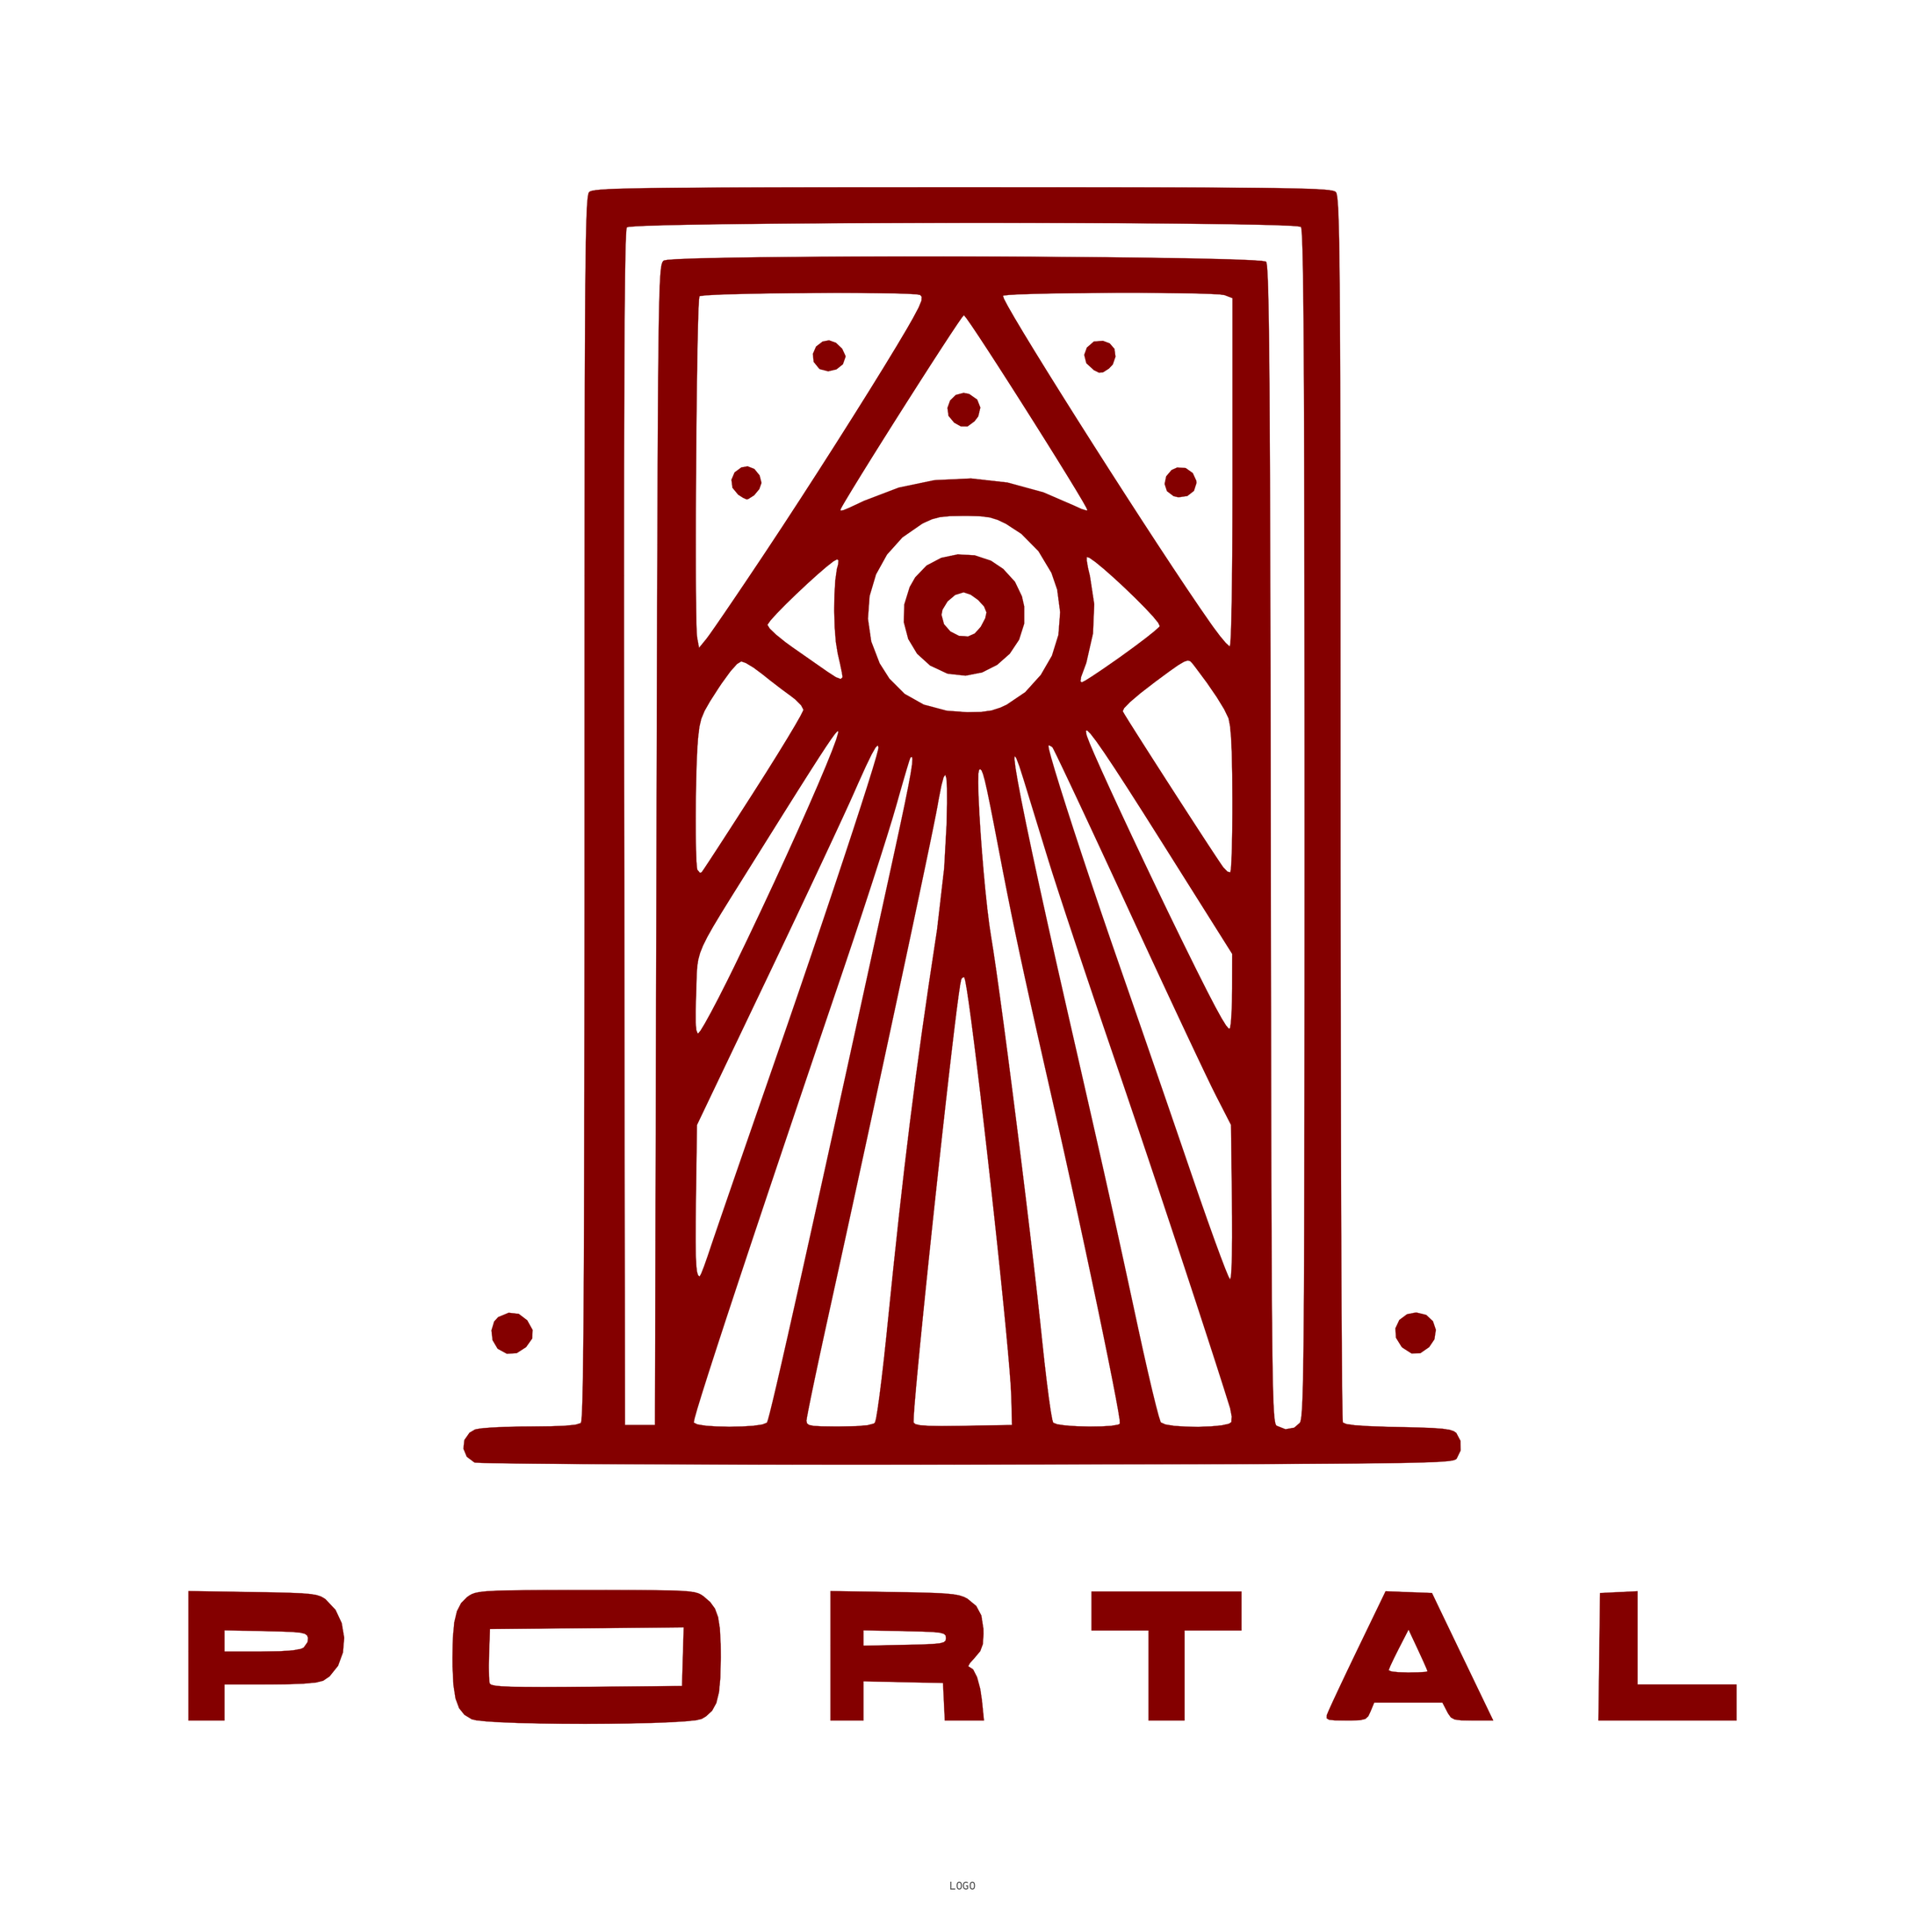
<source format=kicad_sym>
(kicad_symbol_lib
  (version 20231120)
  (generator "kicad_symbol_editor")
  (generator_version "8.0")
  (symbol "LOGO"
    (pin_names
      (offset 1.016))
    (property "Reference" "#G"
      (at 0 192.548 0)
      (effects (font (size 1.27 1.27)) (hide yes)))
    (symbol "LOGO_0_0"
      (polyline (pts (xy 92.299 -89.079) (xy 92.299 -86.932) (xy 86.396 -86.932) (xy 80.493 -86.932) (xy 80.493 -81.37) (xy 80.493 -75.808) (xy 78.257 -75.915) (xy 76.021 -76.021) (xy 75.925 -83.623) (xy 75.828 -91.225) (xy 84.063 -91.225) (xy 92.299 -91.225) (xy 92.299 -89.079)) (stroke (width 0.01) (type default)) (fill (type outline)))
      (polyline (pts (xy 1.431 63.679) (xy 1.88 64.27) (xy 2.128 65.317) (xy 1.755 66.266) (xy 0.797 66.936) (xy 0.135 67.069) (xy -0.799 66.824) (xy -1.474 66.165) (xy -1.795 65.273) (xy -1.667 64.331) (xy -0.994 63.52) (xy -0.2 63.078) (xy 0.603 63.071) (xy 1.431 63.679)) (stroke (width 0.01) (type default)) (fill (type outline)))
      (polyline (pts (xy 26.814 54.776) (xy 27.598 55.386) (xy 27.904 56.333) (xy 27.887 56.571) (xy 27.456 57.508) (xy 26.617 58.103) (xy 25.604 58.172) (xy 24.928 57.868) (xy 24.291 57.121) (xy 24.1 56.211) (xy 24.381 55.352) (xy 25.163 54.759) (xy 25.755 54.621) (xy 26.814 54.776)) (stroke (width 0.01) (type default)) (fill (type outline)))
      (polyline (pts (xy -25.544 54.414) (xy -24.842 54.863) (xy -24.23 55.6) (xy -23.969 56.34) (xy -24.195 57.229) (xy -24.82 57.998) (xy -25.628 58.313) (xy -26.375 58.179) (xy -27.176 57.587) (xy -27.551 56.712) (xy -27.432 55.758) (xy -26.751 54.934) (xy -26.167 54.561) (xy -25.758 54.377) (xy -25.544 54.414)) (stroke (width 0.01) (type default)) (fill (type outline)))
      (polyline (pts (xy -15.028 69.875) (xy -14.261 70.482) (xy -13.952 71.359) (xy -13.963 71.502) (xy -14.351 72.336) (xy -15.094 73.041) (xy -15.914 73.338) (xy -16.675 73.193) (xy -17.462 72.591) (xy -17.843 71.712) (xy -17.744 70.766) (xy -17.093 69.96) (xy -16.989 69.893) (xy -16.017 69.643) (xy -15.028 69.875)) (stroke (width 0.01) (type default)) (fill (type outline)))
      (polyline (pts (xy 16.76 69.522) (xy 17.45 69.96) (xy 17.921 70.455) (xy 18.241 71.384) (xy 18.121 72.313) (xy 17.553 72.968) (xy 16.753 73.272) (xy 15.666 73.195) (xy 14.829 72.468) (xy 14.515 71.6) (xy 14.764 70.61) (xy 15.656 69.787) (xy 15.671 69.778) (xy 16.287 69.473) (xy 16.76 69.522)) (stroke (width 0.01) (type default)) (fill (type outline)))
      (polyline (pts (xy 54.585 -47.435) (xy 55.646 -46.702) (xy 56.27 -45.777) (xy 56.444 -44.642) (xy 56.093 -43.611) (xy 55.286 -42.861) (xy 54.088 -42.572) (xy 53.009 -42.781) (xy 52.087 -43.467) (xy 51.621 -44.46) (xy 51.685 -45.584) (xy 52.354 -46.662) (xy 52.469 -46.774) (xy 53.542 -47.46) (xy 54.585 -47.435)) (stroke (width 0.01) (type default)) (fill (type outline)))
      (polyline (pts (xy -53.157 -47.425) (xy -52.036 -46.702) (xy -52.035 -46.702) (xy -51.307 -45.674) (xy -51.264 -44.653) (xy -51.899 -43.514) (xy -51.904 -43.508) (xy -52.912 -42.741) (xy -54.121 -42.608) (xy -55.371 -43.129) (xy -55.847 -43.653) (xy -56.167 -44.711) (xy -56.037 -45.873) (xy -55.451 -46.865) (xy -55.397 -46.917) (xy -54.329 -47.499) (xy -53.157 -47.425)) (stroke (width 0.01) (type default)) (fill (type outline)))
      (polyline (pts (xy 26.473 -85.859) (xy 26.473 -80.493) (xy 29.872 -80.493) (xy 33.27 -80.493) (xy 33.27 -78.168) (xy 33.27 -75.842) (xy 24.327 -75.842) (xy 15.383 -75.842) (xy 15.383 -78.168) (xy 15.383 -80.493) (xy 18.782 -80.493) (xy 22.18 -80.493) (xy 22.18 -85.859) (xy 22.18 -91.225) (xy 24.327 -91.225) (xy 26.473 -91.225) (xy 26.473 -85.859)) (stroke (width 0.01) (type default)) (fill (type outline)))
      (polyline (pts (xy 2.336 33.737) (xy 4.131 34.641) (xy 5.637 35.971) (xy 6.747 37.638) (xy 7.356 39.548) (xy 7.357 41.611) (xy 7.083 42.817) (xy 6.255 44.544) (xy 4.853 46.081) (xy 3.393 47.057) (xy 1.453 47.701) (xy -0.576 47.811) (xy -2.537 47.401) (xy -4.276 46.486) (xy -5.635 45.08) (xy -6.299 43.916) (xy -6.95 41.813) (xy -6.975 40.604) (xy -2.504 40.604) (xy -2.385 41.218) (xy -1.781 42.209) (xy -0.871 42.978) (xy 0.114 43.287) (xy 0.152 43.286) (xy 0.977 43.008) (xy 1.863 42.376) (xy 2.572 41.6) (xy 2.862 40.89) (xy 2.71 40.193) (xy 2.179 39.179) (xy 1.462 38.38) (xy 0.668 38.029) (xy -0.425 38.098) (xy -1.449 38.623) (xy -2.208 39.495) (xy -2.504 40.604) (xy -6.975 40.604) (xy -6.994 39.71) (xy -6.47 37.723) (xy -5.416 35.969) (xy -3.871 34.565) (xy -1.873 33.627) (xy -1.7 33.577) (xy 0.357 33.352) (xy 2.336 33.737)) (stroke (width 0.01) (type default)) (fill (type outline)))
      (polyline (pts (xy -88.006 -89.079) (xy -88.006 -86.932) (xy -82.55 -86.927) (xy -80.819 -86.912) (xy -78.593 -86.834) (xy -77.061 -86.69) (xy -76.234 -86.48) (xy -75.475 -85.969) (xy -74.457 -84.7) (xy -73.873 -83.109) (xy -73.726 -81.358) (xy -74.021 -79.608) (xy -74.763 -78.022) (xy -75.957 -76.762) (xy -76.088 -76.669) (xy -76.483 -76.444) (xy -76.984 -76.274) (xy -77.693 -76.15) (xy -78.71 -76.061) (xy -80.138 -75.997) (xy -82.078 -75.949) (xy -84.632 -75.906) (xy -92.299 -75.791) (xy -92.299 -82.997) (xy -88.006 -82.997) (xy -88.006 -81.735) (xy -88.006 -80.473) (xy -83.091 -80.572) (xy -81.304 -80.614) (xy -79.878 -80.671) (xy -78.952 -80.757) (xy -78.413 -80.889) (xy -78.148 -81.086) (xy -78.044 -81.364) (xy -78.091 -81.867) (xy -78.555 -82.526) (xy -78.882 -82.679) (xy -79.844 -82.859) (xy -81.398 -82.964) (xy -83.602 -82.997) (xy -88.006 -82.997) (xy -92.299 -82.997) (xy -92.299 -83.508) (xy -92.299 -91.225) (xy -90.152 -91.225) (xy -88.006 -91.225) (xy -88.006 -89.079)) (stroke (width 0.01) (type default)) (fill (type outline)))
      (polyline (pts (xy -11.806 -88.89) (xy -11.806 -86.554) (xy -7.065 -86.654) (xy -2.325 -86.754) (xy -2.219 -88.99) (xy -2.112 -91.225) (xy 0.225 -91.225) (xy 2.561 -91.225) (xy 2.317 -88.811) (xy 2.119 -87.463) (xy 1.74 -86.056) (xy 1.263 -85.124) (xy 0.735 -84.786) (xy 0.687 -84.748) (xy 0.888 -84.378) (xy 1.459 -83.74) (xy 2.119 -82.95) (xy 2.428 -82.111) (xy 2.504 -80.895) (xy 2.491 -80.277) (xy 2.248 -78.701) (xy 1.642 -77.568) (xy 0.596 -76.706) (xy 0.177 -76.488) (xy -0.367 -76.308) (xy -1.11 -76.173) (xy -2.155 -76.075) (xy -3.606 -76.004) (xy -5.566 -75.951) (xy -8.139 -75.906) (xy -15.741 -75.791) (xy -15.741 -82.302) (xy -11.806 -82.302) (xy -11.806 -81.387) (xy -11.806 -80.473) (xy -6.887 -80.572) (xy -6.755 -80.575) (xy -4.831 -80.621) (xy -3.505 -80.678) (xy -2.666 -80.765) (xy -2.204 -80.9) (xy -2.008 -81.101) (xy -1.968 -81.387) (xy -1.968 -81.406) (xy -2.014 -81.687) (xy -2.223 -81.885) (xy -2.703 -82.016) (xy -3.567 -82.101) (xy -4.924 -82.157) (xy -6.887 -82.202) (xy -11.806 -82.302) (xy -15.741 -82.302) (xy -15.741 -83.508) (xy -15.741 -91.225) (xy -13.773 -91.225) (xy -11.806 -91.225) (xy -11.806 -88.89)) (stroke (width 0.01) (type default)) (fill (type outline)))
      (polyline (pts (xy 60.233 -84.875) (xy 60.191 -84.787) (xy 59.207 -82.742) (xy 58.295 -80.843) (xy 57.513 -79.216) (xy 56.922 -77.985) (xy 56.581 -77.273) (xy 55.984 -76.021) (xy 53.216 -75.917) (xy 50.449 -75.812) (xy 47.066 -82.818) (xy 46.694 -83.591) (xy 45.908 -85.233) (xy 50.817 -85.233) (xy 50.819 -85.219) (xy 51.005 -84.745) (xy 51.431 -83.837) (xy 52.011 -82.677) (xy 53.188 -80.389) (xy 54.319 -82.806) (xy 54.411 -83.004) (xy 54.938 -84.152) (xy 55.31 -84.995) (xy 55.451 -85.363) (xy 55.147 -85.431) (xy 54.31 -85.482) (xy 53.125 -85.501) (xy 51.981 -85.466) (xy 51.134 -85.37) (xy 50.817 -85.233) (xy 45.908 -85.233) (xy 45.716 -85.635) (xy 44.855 -87.455) (xy 44.159 -88.946) (xy 43.678 -90.004) (xy 43.462 -90.524) (xy 43.431 -90.628) (xy 43.42 -90.954) (xy 43.705 -91.134) (xy 44.427 -91.21) (xy 45.724 -91.225) (xy 46.379 -91.224) (xy 47.433 -91.183) (xy 48.04 -91.036) (xy 48.385 -90.716) (xy 48.654 -90.152) (xy 49.098 -89.079) (xy 53.16 -89.079) (xy 57.221 -89.079) (xy 57.776 -90.152) (xy 57.907 -90.399) (xy 58.239 -90.864) (xy 58.704 -91.11) (xy 59.496 -91.208) (xy 60.81 -91.225) (xy 63.288 -91.225) (xy 60.233 -84.875)) (stroke (width 0.01) (type default)) (fill (type outline)))
      (polyline (pts (xy -42.178 -91.608) (xy -39.489 -91.572) (xy -37 -91.511) (xy -34.816 -91.428) (xy -33.038 -91.322) (xy -31.769 -91.193) (xy -31.112 -91.04) (xy -30.591 -90.734) (xy -29.861 -90.065) (xy -29.354 -89.143) (xy -29.036 -87.853) (xy -28.871 -86.081) (xy -28.822 -83.713) (xy -28.836 -82.122) (xy -28.93 -80.262) (xy -29.143 -78.894) (xy -29.515 -77.884) (xy -30.082 -77.101) (xy -30.882 -76.411) (xy -30.913 -76.388) (xy -31.2 -76.197) (xy -31.535 -76.043) (xy -31.993 -75.921) (xy -32.647 -75.829) (xy -33.572 -75.762) (xy -34.841 -75.716) (xy -36.53 -75.687) (xy -38.711 -75.671) (xy -41.46 -75.665) (xy -44.85 -75.663) (xy -46.788 -75.664) (xy -49.84 -75.669) (xy -52.291 -75.684) (xy -54.214 -75.71) (xy -55.684 -75.752) (xy -56.773 -75.813) (xy -57.556 -75.897) (xy -58.106 -76.006) (xy -58.498 -76.145) (xy -58.805 -76.317) (xy -59.08 -76.511) (xy -59.788 -77.226) (xy -60.285 -78.192) (xy -60.601 -79.522) (xy -60.768 -81.332) (xy -60.817 -83.737) (xy -60.809 -84.768) (xy -56.477 -84.768) (xy -56.45 -83.325) (xy -56.345 -80.314) (xy -44.795 -80.22) (xy -33.244 -80.125) (xy -33.347 -83.618) (xy -33.449 -87.111) (xy -44.817 -87.206) (xy -47.275 -87.224) (xy -50.039 -87.233) (xy -52.203 -87.224) (xy -53.834 -87.194) (xy -55 -87.141) (xy -55.766 -87.061) (xy -56.201 -86.955) (xy -56.37 -86.818) (xy -56.397 -86.709) (xy -56.458 -85.964) (xy -56.477 -84.768) (xy -60.809 -84.768) (xy -60.808 -84.798) (xy -60.704 -86.98) (xy -60.455 -88.596) (xy -60.029 -89.75) (xy -59.395 -90.542) (xy -58.52 -91.076) (xy -57.983 -91.201) (xy -56.768 -91.331) (xy -55.035 -91.437) (xy -52.885 -91.519) (xy -50.421 -91.577) (xy -47.747 -91.611) (xy -44.965 -91.622) (xy -42.178 -91.608)) (stroke (width 0.01) (type default)) (fill (type outline)))
      (polyline (pts (xy -6.29 -60.713) (xy 0.434 -60.706) (xy 2.33 -60.704) (xy 9.721 -60.695) (xy 16.436 -60.685) (xy 22.509 -60.675) (xy 27.971 -60.664) (xy 32.856 -60.651) (xy 37.195 -60.637) (xy 41.022 -60.62) (xy 44.368 -60.601) (xy 47.267 -60.579) (xy 49.75 -60.554) (xy 51.85 -60.525) (xy 53.6 -60.492) (xy 55.032 -60.455) (xy 56.178 -60.414) (xy 57.072 -60.367) (xy 57.745 -60.315) (xy 58.23 -60.257) (xy 58.559 -60.192) (xy 58.766 -60.122) (xy 58.881 -60.044) (xy 58.926 -59.998) (xy 59.399 -59.025) (xy 59.385 -57.892) (xy 58.882 -56.939) (xy 58.583 -56.728) (xy 58.071 -56.56) (xy 57.255 -56.437) (xy 56.033 -56.348) (xy 54.301 -56.283) (xy 51.957 -56.232) (xy 50.766 -56.207) (xy 48.444 -56.127) (xy 46.791 -56.018) (xy 45.772 -55.874) (xy 45.356 -55.695) (xy 45.341 -55.555) (xy 45.315 -54.767) (xy 45.289 -53.317) (xy 45.265 -51.238) (xy 45.241 -48.565) (xy 45.219 -45.331) (xy 45.198 -41.569) (xy 45.178 -37.314) (xy 45.159 -32.6) (xy 45.143 -27.461) (xy 45.128 -21.929) (xy 45.115 -16.04) (xy 45.103 -9.826) (xy 45.094 -3.322) (xy 45.088 3.438) (xy 45.083 10.421) (xy 45.082 17.593) (xy 45.081 19.075) (xy 45.08 27.504) (xy 45.078 35.251) (xy 45.075 42.345) (xy 45.071 48.814) (xy 45.065 54.687) (xy 45.057 59.992) (xy 45.047 64.758) (xy 45.035 69.013) (xy 45.021 72.787) (xy 45.004 76.108) (xy 44.984 79.004) (xy 44.962 81.504) (xy 44.935 83.636) (xy 44.906 85.43) (xy 44.872 86.914) (xy 44.834 88.117) (xy 44.793 89.066) (xy 44.747 89.791) (xy 44.696 90.321) (xy 44.641 90.683) (xy 44.58 90.907) (xy 44.514 91.021) (xy 44.503 91.031) (xy 44.355 91.114) (xy 44.083 91.189) (xy 43.65 91.255) (xy 43.019 91.313) (xy 42.154 91.364) (xy 41.017 91.409) (xy 39.571 91.447) (xy 37.78 91.479) (xy 35.606 91.506) (xy 33.012 91.528) (xy 29.962 91.545) (xy 26.418 91.559) (xy 22.344 91.569) (xy 17.701 91.576) (xy 12.455 91.58) (xy 6.567 91.582) (xy 0 91.583) (xy -0.822 91.583) (xy -7.306 91.582) (xy -13.115 91.58) (xy -18.288 91.575) (xy -22.86 91.568) (xy -26.869 91.557) (xy -30.352 91.543) (xy -33.346 91.525) (xy -35.887 91.503) (xy -38.014 91.475) (xy -39.762 91.442) (xy -41.168 91.404) (xy -42.271 91.359) (xy -43.106 91.306) (xy -43.711 91.247) (xy -44.123 91.18) (xy -44.378 91.105) (xy -44.514 91.021) (xy -44.526 91.008) (xy -44.591 90.877) (xy -44.65 90.631) (xy -44.705 90.243) (xy -44.755 89.682) (xy -44.8 88.921) (xy -44.841 87.93) (xy -44.878 86.682) (xy -44.91 85.147) (xy -44.939 83.298) (xy -44.965 81.105) (xy -44.987 78.54) (xy -45.006 75.573) (xy -45.022 72.178) (xy -45.036 68.325) (xy -45.047 63.984) (xy -45.056 59.129) (xy -45.063 53.73) (xy -45.068 47.758) (xy -45.07 45.252) (xy -40.358 45.252) (xy -40.356 51.793) (xy -40.35 57.707) (xy -40.34 63.013) (xy -40.327 67.731) (xy -40.31 71.879) (xy -40.289 75.475) (xy -40.264 78.539) (xy -40.235 81.09) (xy -40.201 83.147) (xy -40.164 84.728) (xy -40.122 85.852) (xy -40.075 86.538) (xy -40.025 86.805) (xy -39.822 86.857) (xy -38.959 86.929) (xy -37.473 86.995) (xy -35.421 87.056) (xy -32.858 87.111) (xy -29.84 87.16) (xy -26.422 87.203) (xy -22.66 87.24) (xy -18.61 87.272) (xy -14.327 87.297) (xy -9.868 87.316) (xy -5.288 87.33) (xy -0.642 87.337) (xy 4.013 87.338) (xy 8.622 87.333) (xy 13.129 87.322) (xy 17.479 87.305) (xy 21.616 87.281) (xy 25.484 87.251) (xy 29.028 87.215) (xy 32.191 87.172) (xy 34.918 87.123) (xy 37.154 87.067) (xy 38.842 87.005) (xy 39.927 86.936) (xy 40.354 86.861) (xy 40.402 86.686) (xy 40.452 86.189) (xy 40.497 85.348) (xy 40.538 84.141) (xy 40.576 82.544) (xy 40.61 80.535) (xy 40.641 78.089) (xy 40.668 75.184) (xy 40.691 71.797) (xy 40.712 67.903) (xy 40.73 63.481) (xy 40.745 58.506) (xy 40.757 52.955) (xy 40.767 46.805) (xy 40.774 40.033) (xy 40.779 32.615) (xy 40.782 24.528) (xy 40.783 15.749) (xy 40.783 9.987) (xy 40.782 2.033) (xy 40.78 -5.256) (xy 40.776 -11.906) (xy 40.771 -17.948) (xy 40.764 -23.41) (xy 40.756 -28.322) (xy 40.745 -32.712) (xy 40.731 -36.611) (xy 40.715 -40.046) (xy 40.695 -43.047) (xy 40.673 -45.643) (xy 40.647 -47.863) (xy 40.618 -49.736) (xy 40.585 -51.292) (xy 40.548 -52.559) (xy 40.506 -53.567) (xy 40.46 -54.344) (xy 40.409 -54.919) (xy 40.353 -55.323) (xy 40.293 -55.583) (xy 40.226 -55.729) (xy 39.555 -56.31) (xy 38.513 -56.495) (xy 37.453 -56.077) (xy 37.428 -56.054) (xy 37.357 -55.943) (xy 37.292 -55.74) (xy 37.233 -55.416) (xy 37.179 -54.941) (xy 37.13 -54.285) (xy 37.086 -53.418) (xy 37.045 -52.311) (xy 37.009 -50.935) (xy 36.977 -49.259) (xy 36.948 -47.254) (xy 36.922 -44.889) (xy 36.899 -42.136) (xy 36.878 -38.965) (xy 36.86 -35.345) (xy 36.844 -31.248) (xy 36.829 -26.643) (xy 36.816 -21.501) (xy 36.803 -15.792) (xy 36.792 -9.486) (xy 36.781 -2.554) (xy 36.77 5.034) (xy 36.759 13.308) (xy 36.747 21.633) (xy 36.735 29.455) (xy 36.721 36.615) (xy 36.707 43.138) (xy 36.691 49.051) (xy 36.673 54.382) (xy 36.654 59.155) (xy 36.632 63.399) (xy 36.609 67.14) (xy 36.583 70.403) (xy 36.554 73.217) (xy 36.523 75.607) (xy 36.488 77.6) (xy 36.45 79.223) (xy 36.409 80.502) (xy 36.364 81.463) (xy 36.315 82.134) (xy 36.261 82.541) (xy 36.204 82.711) (xy 36.188 82.722) (xy 35.669 82.809) (xy 34.501 82.889) (xy 32.743 82.964) (xy 30.454 83.032) (xy 27.693 83.093) (xy 24.52 83.148) (xy 20.994 83.196) (xy 17.173 83.237) (xy 13.118 83.27) (xy 8.888 83.297) (xy 4.541 83.317) (xy 0.137 83.329) (xy -4.265 83.333) (xy -8.606 83.33) (xy -12.826 83.319) (xy -16.866 83.3) (xy -20.667 83.273) (xy -24.17 83.238) (xy -27.316 83.195) (xy -30.045 83.144) (xy -32.298 83.084) (xy -34.016 83.015) (xy -35.14 82.938) (xy -35.61 82.852) (xy -35.672 82.802) (xy -35.751 82.707) (xy -35.823 82.556) (xy -35.889 82.317) (xy -35.949 81.962) (xy -36.004 81.459) (xy -36.054 80.779) (xy -36.099 79.893) (xy -36.139 78.77) (xy -36.176 77.381) (xy -36.209 75.695) (xy -36.239 73.683) (xy -36.267 71.314) (xy -36.291 68.559) (xy -36.314 65.387) (xy -36.335 61.77) (xy -36.355 57.676) (xy -36.374 53.076) (xy -36.389 48.963) (xy -31.797 48.963) (xy -31.793 52.058) (xy -31.78 55.301) (xy -31.761 58.613) (xy -31.736 61.915) (xy -31.704 65.13) (xy -31.667 68.178) (xy -31.625 70.982) (xy -31.579 73.463) (xy -31.529 75.542) (xy -31.476 77.141) (xy -31.421 78.182) (xy -31.363 78.585) (xy -31.257 78.622) (xy -30.545 78.701) (xy -29.26 78.771) (xy -27.501 78.832) (xy -25.366 78.883) (xy -22.953 78.925) (xy -20.362 78.956) (xy -17.692 78.975) (xy -15.04 78.983) (xy -12.505 78.978) (xy -10.186 78.96) (xy -8.183 78.928) (xy -6.592 78.882) (xy -5.514 78.821) (xy -5.047 78.745) (xy -4.962 78.642) (xy 4.826 78.642) (xy 4.899 78.671) (xy 5.552 78.748) (xy 6.787 78.814) (xy 8.507 78.871) (xy 10.613 78.917) (xy 13.006 78.952) (xy 15.588 78.976) (xy 18.261 78.988) (xy 20.926 78.989) (xy 23.485 78.977) (xy 25.84 78.953) (xy 27.892 78.916) (xy 29.542 78.866) (xy 30.693 78.803) (xy 31.246 78.726) (xy 32.197 78.364) (xy 32.197 57.606) (xy 32.196 55.728) (xy 32.186 51.687) (xy 32.166 48.033) (xy 32.136 44.811) (xy 32.097 42.07) (xy 32.051 39.856) (xy 31.997 38.216) (xy 31.937 37.198) (xy 31.871 36.848) (xy 31.819 36.865) (xy 31.391 37.26) (xy 30.711 38.069) (xy 29.9 39.152) (xy 29.48 39.746) (xy 28.209 41.583) (xy 26.727 43.773) (xy 25.072 46.258) (xy 23.281 48.977) (xy 21.392 51.872) (xy 19.443 54.883) (xy 17.471 57.95) (xy 15.515 61.014) (xy 13.611 64.016) (xy 11.799 66.896) (xy 10.115 69.594) (xy 8.597 72.052) (xy 7.283 74.209) (xy 6.212 76.005) (xy 5.42 77.383) (xy 4.946 78.281) (xy 4.826 78.642) (xy -4.962 78.642) (xy -4.868 78.526) (xy -4.895 78.059) (xy -5.229 77.25) (xy -5.91 75.968) (xy -6.626 74.715) (xy -7.843 72.666) (xy -9.354 70.182) (xy -11.105 67.352) (xy -13.039 64.266) (xy -15.098 61.012) (xy -17.228 57.681) (xy -19.371 54.362) (xy -20.13 53.199) (xy -14.533 53.199) (xy -14.334 53.572) (xy -13.985 54.17) (xy -13.154 55.551) (xy -12.096 57.277) (xy -10.86 59.269) (xy -9.496 61.446) (xy -8.056 63.731) (xy -6.589 66.043) (xy -5.147 68.303) (xy -3.78 70.432) (xy -2.538 72.35) (xy -1.473 73.978) (xy -0.634 75.237) (xy -0.072 76.048) (xy 0.163 76.33) (xy 0.171 76.327) (xy 0.459 75.978) (xy 1.066 75.111) (xy 1.94 73.806) (xy 3.031 72.143) (xy 4.288 70.202) (xy 5.662 68.063) (xy 7.101 65.805) (xy 8.555 63.508) (xy 9.973 61.253) (xy 11.305 59.119) (xy 12.5 57.186) (xy 13.507 55.534) (xy 14.277 54.242) (xy 14.758 53.39) (xy 14.899 53.059) (xy 14.784 53.044) (xy 14.184 53.227) (xy 13.288 53.636) (xy 9.652 55.207) (xy 5.355 56.381) (xy 1.009 56.867) (xy -3.33 56.666) (xy -7.603 55.775) (xy -11.753 54.193) (xy -12.261 53.952) (xy -13.494 53.377) (xy -14.216 53.076) (xy -14.528 53.025) (xy -14.533 53.199) (xy -20.13 53.199) (xy -21.47 51.144) (xy -23.47 48.117) (xy -24.111 47.155) (xy -25.651 44.855) (xy -27.079 42.737) (xy -28.339 40.884) (xy -29.362 39.394) (xy -23.253 39.394) (xy -23.24 39.447) (xy -22.886 39.947) (xy -22.127 40.785) (xy -21.076 41.856) (xy -19.846 43.054) (xy -18.55 44.272) (xy -17.3 45.403) (xy -16.209 46.343) (xy -15.389 46.985) (xy -14.952 47.222) (xy -14.79 47.109) (xy -14.835 46.596) (xy -14.975 46.096) (xy -15.162 44.764) (xy -15.269 43.03) (xy -15.296 41.091) (xy -15.27 40.142) (xy -11.276 40.142) (xy -11.079 42.84) (xy -10.313 45.425) (xy -9.002 47.791) (xy -7.167 49.836) (xy -4.83 51.454) (xy -4.576 51.586) (xy -3.622 52.012) (xy -2.67 52.259) (xy -1.483 52.375) (xy 0.179 52.403) (xy 0.631 52.402) (xy 2.158 52.357) (xy 3.267 52.214) (xy 4.197 51.928) (xy 5.187 51.454) (xy 7.023 50.257) (xy 9.058 48.193) (xy 10.604 45.613) (xy 11.291 43.613) (xy 11.647 40.916) (xy 11.438 38.216) (xy 10.664 35.732) (xy 9.34 33.444) (xy 8.641 32.67) (xy 14.07 32.67) (xy 14.137 33.181) (xy 14.763 34.875) (xy 15.561 38.386) (xy 15.708 41.876) (xy 15.196 45.231) (xy 14.968 46.197) (xy 14.815 47.087) (xy 14.823 47.497) (xy 15.123 47.411) (xy 15.835 46.912) (xy 16.843 46.083) (xy 18.046 45.02) (xy 19.338 43.824) (xy 20.617 42.591) (xy 21.779 41.42) (xy 22.719 40.41) (xy 23.334 39.658) (xy 23.522 39.262) (xy 23.429 39.14) (xy 22.855 38.627) (xy 21.851 37.827) (xy 20.522 36.824) (xy 18.976 35.7) (xy 18.189 35.143) (xy 16.714 34.12) (xy 15.488 33.299) (xy 14.621 32.753) (xy 14.222 32.555) (xy 14.07 32.67) (xy 8.641 32.67) (xy 7.475 31.379) (xy 5.273 29.892) (xy 4.499 29.535) (xy 3.426 29.191) (xy 2.864 29.116) (xy 19.105 29.116) (xy 19.278 29.489) (xy 19.997 30.223) (xy 21.218 31.26) (xy 22.892 32.552) (xy 23.125 32.726) (xy 24.641 33.846) (xy 25.701 34.592) (xy 26.406 35.012) (xy 26.855 35.16) (xy 27.15 35.085) (xy 27.391 34.839) (xy 27.748 34.381) (xy 29.134 32.518) (xy 30.313 30.799) (xy 31.196 29.357) (xy 31.697 28.322) (xy 31.738 28.196) (xy 31.9 27.345) (xy 32.023 26.012) (xy 32.108 24.137) (xy 32.16 21.664) (xy 32.181 18.534) (xy 32.18 16.975) (xy 32.16 14.734) (xy 32.122 12.804) (xy 32.069 11.288) (xy 32.004 10.285) (xy 31.929 9.896) (xy 31.599 9.988) (xy 31.097 10.501) (xy 30.817 10.903) (xy 30.173 11.867) (xy 29.272 13.235) (xy 28.174 14.918) (xy 26.937 16.823) (xy 25.62 18.859) (xy 24.282 20.935) (xy 22.982 22.96) (xy 21.778 24.842) (xy 20.73 26.49) (xy 19.895 27.812) (xy 19.334 28.718) (xy 19.105 29.116) (xy 2.864 29.116) (xy 2.205 29.028) (xy 0.556 28.993) (xy -1.891 29.175) (xy -4.618 29.899) (xy -6.894 31.176) (xy -8.725 33.008) (xy -9.88 34.824) (xy -10.884 37.435) (xy -11.276 40.142) (xy -15.27 40.142) (xy -15.242 39.145) (xy -15.105 37.389) (xy -14.885 36.021) (xy -14.876 35.982) (xy -14.591 34.725) (xy -14.387 33.744) (xy -14.31 33.248) (xy -14.317 33.147) (xy -14.523 32.952) (xy -15.087 33.166) (xy -16.099 33.819) (xy -16.469 34.078) (xy -17.537 34.822) (xy -18.882 35.762) (xy -20.302 36.753) (xy -21.128 37.354) (xy -22.224 38.236) (xy -22.974 38.954) (xy -23.253 39.394) (xy -29.362 39.394) (xy -29.373 39.378) (xy -30.125 38.303) (xy -30.538 37.742) (xy -31.415 36.669) (xy -31.643 37.921) (xy -31.688 38.45) (xy -31.73 39.63) (xy -31.76 41.349) (xy -31.782 43.53) (xy -31.794 46.095) (xy -31.797 48.963) (xy -36.389 48.963) (xy -36.393 47.941) (xy -36.411 42.239) (xy -36.429 35.942) (xy -36.449 29.019) (xy -36.469 21.44) (xy -36.482 16.36) (xy -31.809 16.36) (xy -31.795 18.515) (xy -31.761 20.668) (xy -31.706 22.687) (xy -31.633 24.438) (xy -31.541 25.788) (xy -31.513 26.085) (xy -31.368 27.268) (xy -31.14 28.225) (xy -30.749 29.16) (xy -30.113 30.275) (xy -29.152 31.775) (xy -28.711 32.435) (xy -27.682 33.851) (xy -26.889 34.742) (xy -26.379 35.053) (xy -25.829 34.86) (xy -24.921 34.313) (xy -23.875 33.535) (xy -22.945 32.794) (xy -21.614 31.769) (xy -20.489 30.942) (xy -19.948 30.521) (xy -19.246 29.82) (xy -18.968 29.299) (xy -19 29.188) (xy -19.332 28.529) (xy -19.988 27.38) (xy -20.343 26.786) (xy 14.71 26.786) (xy 14.867 26.821) (xy 15.271 26.417) (xy 15.937 25.551) (xy 16.885 24.195) (xy 18.132 22.327) (xy 19.695 19.92) (xy 21.592 16.95) (xy 23.84 13.392) (xy 32.157 0.179) (xy 32.152 -3.935) (xy 32.134 -5.425) (xy 32.078 -6.945) (xy 31.993 -8.096) (xy 31.889 -8.704) (xy 31.744 -8.725) (xy 31.415 -8.337) (xy 30.888 -7.484) (xy 30.143 -6.13) (xy 29.158 -4.237) (xy 27.915 -1.768) (xy 26.392 1.313) (xy 26.049 2.013) (xy 24.561 5.069) (xy 23.058 8.193) (xy 21.574 11.304) (xy 20.148 14.325) (xy 18.816 17.175) (xy 17.614 19.776) (xy 16.579 22.05) (xy 15.748 23.918) (xy 15.158 25.3) (xy 14.845 26.119) (xy 14.78 26.337) (xy 14.71 26.786) (xy -20.343 26.786) (xy -20.92 25.821) (xy -22.08 23.929) (xy -23.422 21.783) (xy -24.899 19.461) (xy -25.531 18.475) (xy -26.971 16.235) (xy -28.274 14.218) (xy -29.388 12.501) (xy -30.266 11.158) (xy -30.857 10.267) (xy -31.112 9.903) (xy -31.303 9.841) (xy -31.613 10.201) (xy -31.65 10.363) (xy -31.724 11.204) (xy -31.774 12.571) (xy -31.802 14.334) (xy -31.809 16.36) (xy -36.482 16.36) (xy -36.49 13.176) (xy -36.541 -6.572) (xy -31.819 -6.572) (xy -31.757 -4.492) (xy -31.755 -4.431) (xy -31.718 -3.19) (xy -31.688 -2.175) (xy -31.629 -1.308) (xy -31.509 -0.515) (xy -31.292 0.281) (xy -30.945 1.156) (xy -30.433 2.188) (xy -29.722 3.45) (xy -28.779 5.021) (xy -27.568 6.976) (xy -26.056 9.391) (xy -24.209 12.342) (xy -23.41 13.621) (xy -21.366 16.887) (xy -19.659 19.601) (xy -18.262 21.807) (xy -17.147 23.547) (xy -16.286 24.863) (xy -15.651 25.798) (xy -15.214 26.396) (xy -14.947 26.698) (xy -14.824 26.749) (xy -14.822 26.54) (xy -15.06 25.732) (xy -15.561 24.385) (xy -16.296 22.565) (xy -17.237 20.335) (xy -18.357 17.761) (xy -19.625 14.905) (xy -21.016 11.832) (xy -22.498 8.607) (xy -24.046 5.294) (xy -25.63 1.956) (xy -27.221 -1.342) (xy -28.058 -3.039) (xy -29.082 -5.061) (xy -29.988 -6.786) (xy -30.727 -8.125) (xy -31.253 -8.993) (xy -31.52 -9.302) (xy -31.599 -9.269) (xy -31.743 -8.886) (xy -31.815 -8.012) (xy -31.819 -6.572) (xy -36.541 -6.572) (xy -36.612 -33.97) (xy -31.821 -33.97) (xy -31.812 -31.674) (xy -31.779 -28.734) (xy -31.66 -20.213) (xy -23.34 -2.787) (xy -22.895 -1.855) (xy -21.238 1.627) (xy -19.618 5.045) (xy -18.075 8.317) (xy -16.646 11.359) (xy -15.371 14.089) (xy -14.289 16.423) (xy -13.439 18.277) (xy -12.86 19.57) (xy -12.442 20.519) (xy -11.522 22.551) (xy -10.837 23.962) (xy -10.37 24.783) (xy -10.102 25.047) (xy -10.093 25.018) (xy 10.25 25.018) (xy 10.327 25.052) (xy 10.706 24.84) (xy 10.851 24.579) (xy 11.278 23.715) (xy 11.953 22.307) (xy 12.85 20.414) (xy 13.941 18.095) (xy 15.197 15.408) (xy 16.592 12.411) (xy 18.098 9.163) (xy 19.687 5.724) (xy 20.746 3.43) (xy 22.373 -0.081) (xy 23.94 -3.451) (xy 25.413 -6.607) (xy 26.759 -9.477) (xy 27.944 -11.987) (xy 28.932 -14.066) (xy 29.69 -15.639) (xy 30.184 -16.635) (xy 32.018 -20.213) (xy 32.13 -29.425) (xy 32.146 -31.132) (xy 32.15 -33.65) (xy 32.126 -35.728) (xy 32.078 -37.298) (xy 32.005 -38.291) (xy 31.911 -38.637) (xy 31.904 -38.634) (xy 31.7 -38.253) (xy 31.298 -37.275) (xy 30.725 -35.773) (xy 30.009 -33.823) (xy 29.178 -31.499) (xy 28.258 -28.875) (xy 27.277 -26.026) (xy 26.933 -25.019) (xy 25.656 -21.291) (xy 24.253 -17.207) (xy 22.793 -12.973) (xy 21.35 -8.796) (xy 19.993 -4.883) (xy 18.796 -1.44) (xy 17.687 1.759) (xy 16.511 5.199) (xy 15.373 8.572) (xy 14.294 11.809) (xy 13.296 14.845) (xy 12.403 17.61) (xy 11.634 20.038) (xy 11.013 22.06) (xy 10.561 23.61) (xy 10.299 24.618) (xy 10.25 25.018) (xy -10.093 25.018) (xy -10.017 24.787) (xy -10.05 24.575) (xy -10.281 23.689) (xy -10.72 22.211) (xy -11.348 20.198) (xy -12.146 17.705) (xy -13.096 14.787) (xy -14.18 11.5) (xy -15.379 7.898) (xy -16.675 4.038) (xy -18.051 -0.025) (xy -19.487 -4.236) (xy -20.965 -8.539) (xy -22.467 -12.879) (xy -23.332 -15.373) (xy -24.58 -18.969) (xy -25.766 -22.395) (xy -26.867 -25.578) (xy -27.857 -28.446) (xy -28.711 -30.928) (xy -29.405 -32.95) (xy -29.913 -34.44) (xy -30.211 -35.328) (xy -30.406 -35.908) (xy -30.835 -37.122) (xy -31.168 -37.964) (xy -31.343 -38.279) (xy -31.363 -38.278) (xy -31.532 -38.135) (xy -31.659 -37.704) (xy -31.747 -36.914) (xy -31.8 -35.693) (xy -31.821 -33.97) (xy -36.612 -33.97) (xy -36.668 -55.692) (xy -32.042 -55.692) (xy -31.948 -55.211) (xy -31.625 -54.067) (xy -31.076 -52.277) (xy -30.308 -49.852) (xy -29.324 -46.808) (xy -28.13 -43.157) (xy -26.729 -38.914) (xy -25.126 -34.092) (xy -23.326 -28.706) (xy -21.332 -22.769) (xy -19.151 -16.294) (xy -16.787 -9.296) (xy -14.243 -1.789) (xy -14.049 -1.216) (xy -12.939 2.088) (xy -11.846 5.387) (xy -10.806 8.569) (xy -9.854 11.522) (xy -9.028 14.133) (xy -8.363 16.293) (xy -7.895 17.887) (xy -7.546 19.125) (xy -7.049 20.856) (xy -6.638 22.255) (xy -6.347 23.204) (xy -6.211 23.581) (xy -6.203 23.591) (xy -6.035 23.68) (xy -5.969 23.429) (xy -5.971 23.402) (xy 6.194 23.402) (xy 6.229 23.779) (xy 6.423 23.501) (xy 6.78 22.555) (xy 7.301 20.928) (xy 7.615 19.905) (xy 8.173 18.086) (xy 8.84 15.915) (xy 9.558 13.579) (xy 10.268 11.269) (xy 10.721 9.827) (xy 11.426 7.645) (xy 12.301 4.975) (xy 13.314 1.919) (xy 14.431 -1.424) (xy 15.618 -4.952) (xy 16.843 -8.565) (xy 18.07 -12.163) (xy 19.179 -15.412) (xy 20.588 -19.57) (xy 22.052 -23.917) (xy 23.538 -28.356) (xy 25.014 -32.792) (xy 26.45 -37.128) (xy 27.813 -41.268) (xy 29.07 -45.116) (xy 30.192 -48.575) (xy 31.145 -51.55) (xy 31.898 -53.945) (xy 31.918 -54.013) (xy 32.099 -54.962) (xy 32.062 -55.644) (xy 31.755 -55.848) (xy 30.873 -56.037) (xy 29.602 -56.156) (xy 28.122 -56.206) (xy 26.608 -56.184) (xy 25.242 -56.092) (xy 24.199 -55.926) (xy 23.66 -55.688) (xy 23.608 -55.587) (xy 23.385 -54.879) (xy 23.045 -53.595) (xy 22.61 -51.827) (xy 22.103 -49.662) (xy 21.544 -47.193) (xy 20.956 -44.508) (xy 20.418 -42.011) (xy 19.759 -38.962) (xy 19.156 -36.186) (xy 18.588 -33.588) (xy 18.034 -31.069) (xy 17.471 -28.533) (xy 16.878 -25.883) (xy 16.233 -23.02) (xy 15.514 -19.85) (xy 14.7 -16.273) (xy 13.77 -12.193) (xy 12.7 -7.513) (xy 12.611 -7.123) (xy 11.331 -1.486) (xy 10.187 3.622) (xy 9.181 8.188) (xy 8.315 12.197) (xy 7.593 15.635) (xy 7.018 18.488) (xy 6.591 20.743) (xy 6.315 22.386) (xy 6.194 23.402) (xy -5.971 23.402) (xy -6.014 22.789) (xy -6.177 21.707) (xy -6.469 20.133) (xy -6.897 18.015) (xy -7.471 15.303) (xy -8.198 11.946) (xy -8.659 9.835) (xy -10.579 1.054) (xy -12.352 -7.044) (xy -13.981 -14.469) (xy -15.469 -21.235) (xy -16.819 -27.355) (xy -18.033 -32.84) (xy -19.114 -37.703) (xy -20.066 -41.956) (xy -20.89 -45.612) (xy -21.589 -48.683) (xy -22.167 -51.183) (xy -22.626 -53.122) (xy -22.969 -54.514) (xy -23.198 -55.372) (xy -23.236 -55.477) (xy -18.603 -55.477) (xy -18.555 -55.129) (xy -18.368 -54.132) (xy -18.058 -52.59) (xy -17.642 -50.589) (xy -17.137 -48.215) (xy -16.562 -45.553) (xy -15.935 -42.688) (xy -15.683 -41.542) (xy -14.714 -37.13) (xy -13.71 -32.538) (xy -12.683 -27.824) (xy -11.645 -23.046) (xy -10.61 -18.264) (xy -9.59 -13.535) (xy -8.597 -8.919) (xy -7.644 -4.474) (xy -6.744 -0.259) (xy -5.909 3.668) (xy -5.151 7.248) (xy -4.484 10.422) (xy -3.919 13.131) (xy -3.47 15.318) (xy -3.148 16.923) (xy -2.967 17.887) (xy -2.845 18.585) (xy -2.513 20.269) (xy -2.249 21.251) (xy -2.051 21.529) (xy -1.918 21.1) (xy -1.888 20.606) (xy 1.87 20.606) (xy 1.891 21.67) (xy 1.98 22.133) (xy 1.984 22.136) (xy 2.126 22.198) (xy 2.275 22.05) (xy 2.447 21.624) (xy 2.662 20.848) (xy 2.935 19.651) (xy 3.284 17.962) (xy 3.728 15.711) (xy 4.283 12.827) (xy 4.305 12.712) (xy 4.83 9.983) (xy 5.329 7.443) (xy 5.821 4.994) (xy 6.329 2.536) (xy 6.872 -0.028) (xy 7.472 -2.797) (xy 8.15 -5.869) (xy 8.927 -9.342) (xy 9.825 -13.316) (xy 10.864 -17.887) (xy 11.319 -19.893) (xy 12.138 -23.551) (xy 12.966 -27.302) (xy 13.79 -31.08) (xy 14.596 -34.819) (xy 15.37 -38.452) (xy 16.099 -41.915) (xy 16.768 -45.141) (xy 17.364 -48.065) (xy 17.873 -50.619) (xy 18.282 -52.739) (xy 18.576 -54.358) (xy 18.743 -55.411) (xy 18.767 -55.832) (xy 18.566 -55.945) (xy 17.771 -56.082) (xy 16.562 -56.158) (xy 15.126 -56.176) (xy 13.647 -56.138) (xy 12.313 -56.048) (xy 11.308 -55.907) (xy 10.818 -55.719) (xy 10.701 -55.326) (xy 10.519 -54.302) (xy 10.295 -52.755) (xy 10.042 -50.784) (xy 9.773 -48.49) (xy 9.502 -45.971) (xy 9.264 -43.718) (xy 8.899 -40.413) (xy 8.477 -36.738) (xy 8.011 -32.783) (xy 7.511 -28.64) (xy 6.989 -24.396) (xy 6.457 -20.143) (xy 5.926 -15.971) (xy 5.408 -11.97) (xy 4.913 -8.229) (xy 4.453 -4.839) (xy 4.039 -1.89) (xy 3.683 0.528) (xy 3.397 2.325) (xy 3.196 3.657) (xy 2.958 5.568) (xy 2.725 7.759) (xy 2.505 10.119) (xy 2.306 12.538) (xy 2.134 14.906) (xy 2 17.114) (xy 1.909 19.05) (xy 1.87 20.606) (xy -1.888 20.606) (xy -1.849 19.964) (xy -1.844 18.119) (xy -1.902 15.562) (xy -2.185 10.401) (xy -3.037 3.041) (xy -3.146 2.33) (xy -4.03 -3.535) (xy -4.833 -9.094) (xy -5.572 -14.492) (xy -6.266 -19.875) (xy -6.933 -25.389) (xy -7.591 -31.181) (xy -8.258 -37.394) (xy -8.954 -44.176) (xy -9.083 -45.443) (xy -9.37 -48.109) (xy -9.649 -50.513) (xy -9.907 -52.566) (xy -10.134 -54.177) (xy -10.316 -55.257) (xy -10.408 -55.586) (xy -5.834 -55.586) (xy -5.805 -54.824) (xy -5.705 -53.451) (xy -5.541 -51.537) (xy -5.32 -49.15) (xy -5.051 -46.359) (xy -4.74 -43.234) (xy -4.395 -39.842) (xy -4.023 -36.253) (xy -3.631 -32.536) (xy -3.228 -28.76) (xy -2.819 -24.994) (xy -2.414 -21.306) (xy -2.019 -17.765) (xy -1.641 -14.441) (xy -1.288 -11.402) (xy -0.968 -8.718) (xy -0.687 -6.456) (xy -0.453 -4.687) (xy -0.274 -3.479) (xy -0.157 -2.9) (xy -0.053 -2.687) (xy 0.201 -2.586) (xy 0.327 -3.018) (xy 0.517 -4.093) (xy 0.762 -5.74) (xy 1.056 -7.888) (xy 1.389 -10.469) (xy 1.754 -13.41) (xy 2.143 -16.643) (xy 2.548 -20.097) (xy 2.961 -23.701) (xy 3.375 -27.386) (xy 3.781 -31.081) (xy 4.172 -34.716) (xy 4.54 -38.221) (xy 4.876 -41.526) (xy 5.173 -44.56) (xy 5.424 -47.254) (xy 5.62 -49.537) (xy 5.753 -51.339) (xy 5.815 -52.589) (xy 5.903 -55.987) (xy 0.131 -56.086) (xy -0.401 -56.094) (xy -2.523 -56.112) (xy -4.038 -56.088) (xy -5.034 -56.017) (xy -5.599 -55.893) (xy -5.822 -55.711) (xy -5.834 -55.586) (xy -10.408 -55.586) (xy -10.444 -55.713) (xy -10.594 -55.824) (xy -11.342 -56.018) (xy -12.697 -56.13) (xy -14.711 -56.166) (xy -15.245 -56.166) (xy -16.784 -56.15) (xy -17.766 -56.095) (xy -18.313 -55.979) (xy -18.551 -55.78) (xy -18.603 -55.477) (xy -23.236 -55.477) (xy -23.317 -55.707) (xy -23.325 -55.716) (xy -23.864 -55.928) (xy -24.909 -56.078) (xy -26.284 -56.168) (xy -27.817 -56.196) (xy -29.333 -56.164) (xy -30.658 -56.07) (xy -31.619 -55.916) (xy -32.04 -55.701) (xy -32.042 -55.692) (xy -36.668 -55.692) (xy -36.669 -55.987) (xy -38.458 -55.987) (xy -40.246 -55.987) (xy -40.337 15.166) (xy -40.344 21.682) (xy -40.352 30.215) (xy -40.357 38.066) (xy -40.358 45.252) (xy -45.07 45.252) (xy -45.072 41.186) (xy -45.074 33.984) (xy -45.076 26.123) (xy -45.076 17.576) (xy -45.076 15.865) (xy -45.077 7.076) (xy -45.081 -1.024) (xy -45.086 -8.458) (xy -45.093 -15.25) (xy -45.103 -21.423) (xy -45.115 -26.999) (xy -45.13 -32.002) (xy -45.148 -36.454) (xy -45.169 -40.378) (xy -45.192 -43.798) (xy -45.219 -46.736) (xy -45.249 -49.215) (xy -45.282 -51.258) (xy -45.319 -52.888) (xy -45.36 -54.128) (xy -45.404 -55.001) (xy -45.453 -55.529) (xy -45.505 -55.737) (xy -45.541 -55.767) (xy -46.118 -55.946) (xy -47.286 -56.07) (xy -49.088 -56.143) (xy -51.564 -56.166) (xy -52.631 -56.172) (xy -54.555 -56.215) (xy -56.21 -56.292) (xy -57.447 -56.396) (xy -58.117 -56.518) (xy -58.781 -56.904) (xy -59.398 -57.782) (xy -59.511 -58.81) (xy -59.112 -59.773) (xy -58.2 -60.458) (xy -58.094 -60.474) (xy -57.351 -60.51) (xy -55.941 -60.543) (xy -53.9 -60.574) (xy -51.262 -60.602) (xy -48.06 -60.627) (xy -44.329 -60.649) (xy -40.103 -60.669) (xy -35.418 -60.685) (xy -30.307 -60.697) (xy -24.804 -60.707) (xy -18.944 -60.713) (xy -12.761 -60.715) (xy -6.29 -60.713)) (stroke (width 0.01) (type default)) (fill (type outline))))))
</source>
